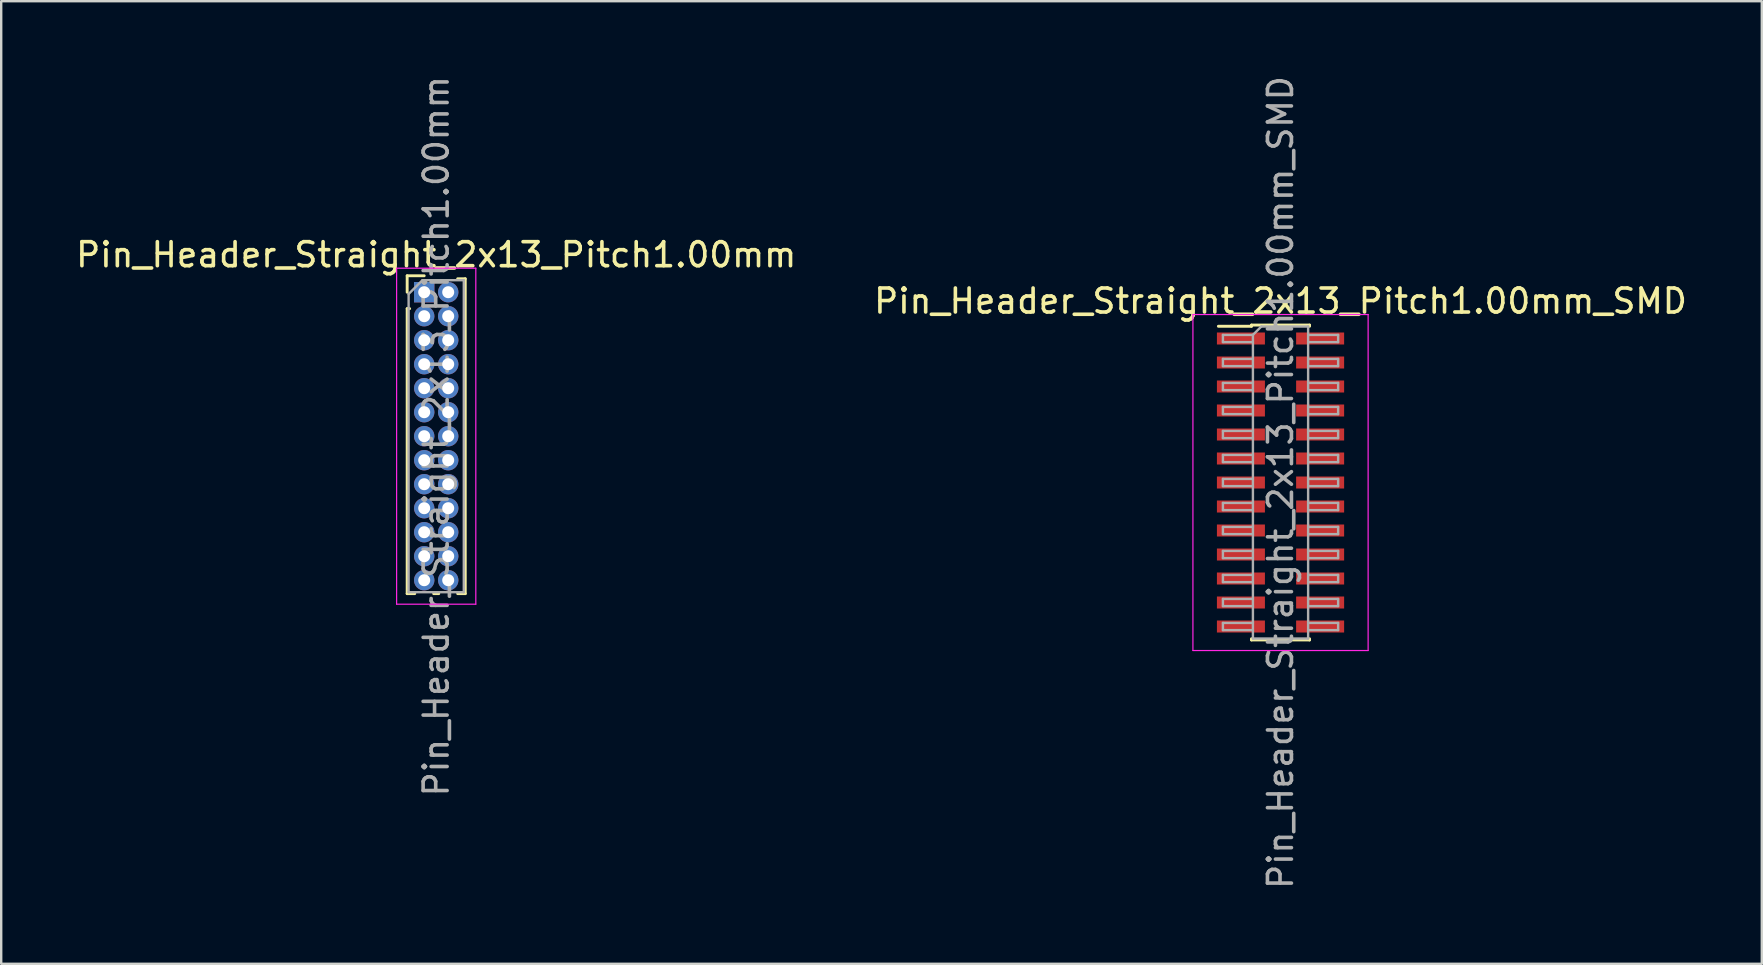
<source format=kicad_pcb>
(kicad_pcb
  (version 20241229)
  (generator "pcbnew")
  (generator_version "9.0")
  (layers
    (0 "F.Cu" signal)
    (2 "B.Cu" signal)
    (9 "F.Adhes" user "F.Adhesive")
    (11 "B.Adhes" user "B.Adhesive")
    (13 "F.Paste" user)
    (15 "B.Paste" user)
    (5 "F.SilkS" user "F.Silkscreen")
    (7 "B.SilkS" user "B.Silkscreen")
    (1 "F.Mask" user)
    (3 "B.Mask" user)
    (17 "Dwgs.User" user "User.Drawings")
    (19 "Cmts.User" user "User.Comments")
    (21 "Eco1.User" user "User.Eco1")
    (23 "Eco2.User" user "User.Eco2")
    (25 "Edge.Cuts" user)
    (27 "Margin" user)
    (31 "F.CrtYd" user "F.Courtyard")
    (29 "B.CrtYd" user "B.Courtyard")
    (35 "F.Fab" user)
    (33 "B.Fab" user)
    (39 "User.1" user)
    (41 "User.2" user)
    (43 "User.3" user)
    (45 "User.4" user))
  (footprint "Pin_Header_Straight_2x13_Pitch1.00mm"
    (layer "F.Cu")
    (at 14.625 9.125)
    (property "Reference" "Pin_Header_Straight_2x13_Pitch1.00mm" (at 0.5 -1.56 0) (layer "F.SilkS") (effects (font (size 1 1) (thickness 0.15))))
    (attr through_hole)
    (fp_line (start -0.71 -0.685) (end 0 -0.685) (stroke (width 0.12) (type solid)) (layer "F.SilkS"))
    (fp_line (start -0.71 0) (end -0.71 -0.685) (stroke (width 0.12) (type solid)) (layer "F.SilkS"))
    (fp_line (start -0.71 0.685) (end -0.71 12.56) (stroke (width 0.12) (type solid)) (layer "F.SilkS"))
    (fp_line (start -0.71 0.685) (end -0.608 0.685) (stroke (width 0.12) (type solid)) (layer "F.SilkS"))
    (fp_line (start -0.71 12.56) (end -0.394 12.56) (stroke (width 0.12) (type solid)) (layer "F.SilkS"))
    (fp_line (start 0.394 12.56) (end 0.606 12.56) (stroke (width 0.12) (type solid)) (layer "F.SilkS"))
    (fp_line (start 1.394 -0.56) (end 1.71 -0.56) (stroke (width 0.12) (type solid)) (layer "F.SilkS"))
    (fp_line (start 1.394 12.56) (end 1.71 12.56) (stroke (width 0.12) (type solid)) (layer "F.SilkS"))
    (fp_line (start 1.71 -0.56) (end 1.71 12.56) (stroke (width 0.12) (type solid)) (layer "F.SilkS"))
    (fp_line (start -1.15 -1) (end -1.15 13) (stroke (width 0.05) (type solid)) (layer "F.CrtYd"))
    (fp_line (start -1.15 13) (end 2.15 13) (stroke (width 0.05) (type solid)) (layer "F.CrtYd"))
    (fp_line (start 2.15 -1) (end -1.15 -1) (stroke (width 0.05) (type solid)) (layer "F.CrtYd"))
    (fp_line (start 2.15 13) (end 2.15 -1) (stroke (width 0.05) (type solid)) (layer "F.CrtYd"))
    (fp_line (start -0.65 0.075) (end -0.075 -0.5) (stroke (width 0.1) (type solid)) (layer "F.Fab"))
    (fp_line (start -0.65 12.5) (end -0.65 0.075) (stroke (width 0.1) (type solid)) (layer "F.Fab"))
    (fp_line (start -0.075 -0.5) (end 1.65 -0.5) (stroke (width 0.1) (type solid)) (layer "F.Fab"))
    (fp_line (start 1.65 -0.5) (end 1.65 12.5) (stroke (width 0.1) (type solid)) (layer "F.Fab"))
    (fp_line (start 1.65 12.5) (end -0.65 12.5) (stroke (width 0.1) (type solid)) (layer "F.Fab"))
    (fp_text user "${REFERENCE}" (at 0.5 6 90) (layer "F.Fab") (effects (font (size 1 1) (thickness 0.15))))
    (pad "1" thru_hole rect (at 0 0) (size 0.85 0.85) (drill 0.5) (layers "*.Cu" "*.Mask"))
    (pad "2" thru_hole oval (at 1 0) (size 0.85 0.85) (drill 0.5) (layers "*.Cu" "*.Mask"))
    (pad "3" thru_hole oval (at 0 1) (size 0.85 0.85) (drill 0.5) (layers "*.Cu" "*.Mask"))
    (pad "4" thru_hole oval (at 1 1) (size 0.85 0.85) (drill 0.5) (layers "*.Cu" "*.Mask"))
    (pad "5" thru_hole oval (at 0 2) (size 0.85 0.85) (drill 0.5) (layers "*.Cu" "*.Mask"))
    (pad "6" thru_hole oval (at 1 2) (size 0.85 0.85) (drill 0.5) (layers "*.Cu" "*.Mask"))
    (pad "7" thru_hole oval (at 0 3) (size 0.85 0.85) (drill 0.5) (layers "*.Cu" "*.Mask"))
    (pad "8" thru_hole oval (at 1 3) (size 0.85 0.85) (drill 0.5) (layers "*.Cu" "*.Mask"))
    (pad "9" thru_hole oval (at 0 4) (size 0.85 0.85) (drill 0.5) (layers "*.Cu" "*.Mask"))
    (pad "10" thru_hole oval (at 1 4) (size 0.85 0.85) (drill 0.5) (layers "*.Cu" "*.Mask"))
    (pad "11" thru_hole oval (at 0 5) (size 0.85 0.85) (drill 0.5) (layers "*.Cu" "*.Mask"))
    (pad "12" thru_hole oval (at 1 5) (size 0.85 0.85) (drill 0.5) (layers "*.Cu" "*.Mask"))
    (pad "13" thru_hole oval (at 0 6) (size 0.85 0.85) (drill 0.5) (layers "*.Cu" "*.Mask"))
    (pad "14" thru_hole oval (at 1 6) (size 0.85 0.85) (drill 0.5) (layers "*.Cu" "*.Mask"))
    (pad "15" thru_hole oval (at 0 7) (size 0.85 0.85) (drill 0.5) (layers "*.Cu" "*.Mask"))
    (pad "16" thru_hole oval (at 1 7) (size 0.85 0.85) (drill 0.5) (layers "*.Cu" "*.Mask"))
    (pad "17" thru_hole oval (at 0 8) (size 0.85 0.85) (drill 0.5) (layers "*.Cu" "*.Mask"))
    (pad "18" thru_hole oval (at 1 8) (size 0.85 0.85) (drill 0.5) (layers "*.Cu" "*.Mask"))
    (pad "19" thru_hole oval (at 0 9) (size 0.85 0.85) (drill 0.5) (layers "*.Cu" "*.Mask"))
    (pad "20" thru_hole oval (at 1 9) (size 0.85 0.85) (drill 0.5) (layers "*.Cu" "*.Mask"))
    (pad "21" thru_hole oval (at 0 10) (size 0.85 0.85) (drill 0.5) (layers "*.Cu" "*.Mask"))
    (pad "22" thru_hole oval (at 1 10) (size 0.85 0.85) (drill 0.5) (layers "*.Cu" "*.Mask"))
    (pad "23" thru_hole oval (at 0 11) (size 0.85 0.85) (drill 0.5) (layers "*.Cu" "*.Mask"))
    (pad "24" thru_hole oval (at 1 11) (size 0.85 0.85) (drill 0.5) (layers "*.Cu" "*.Mask"))
    (pad "25" thru_hole oval (at 0 12) (size 0.85 0.85) (drill 0.5) (layers "*.Cu" "*.Mask"))
    (pad "26" thru_hole oval (at 1 12) (size 0.85 0.85) (drill 0.5) (layers "*.Cu" "*.Mask")))
  (footprint "Pin_Header_Straight_2x13_Pitch1.00mm_SMD"
    (layer "F.Cu")
    (at 50.304 17.054)
    (property "Reference" "Pin_Header_Straight_2x13_Pitch1.00mm_SMD" (at 0 -7.56 0) (layer "F.SilkS") (effects (font (size 1 1) (thickness 0.15))))
    (attr smd)
    (fp_line (start -2.59 -6.51) (end -1.21 -6.51) (stroke (width 0.12) (type solid)) (layer "F.SilkS"))
    (fp_line (start -1.21 -6.56) (end -1.21 -6.51) (stroke (width 0.12) (type solid)) (layer "F.SilkS"))
    (fp_line (start -1.21 -6.56) (end 1.21 -6.56) (stroke (width 0.12) (type solid)) (layer "F.SilkS"))
    (fp_line (start -1.21 6.51) (end -1.21 6.56) (stroke (width 0.12) (type solid)) (layer "F.SilkS"))
    (fp_line (start -1.21 6.56) (end 1.21 6.56) (stroke (width 0.12) (type solid)) (layer "F.SilkS"))
    (fp_line (start 1.21 -6.56) (end 1.21 -6.51) (stroke (width 0.12) (type solid)) (layer "F.SilkS"))
    (fp_line (start 1.21 6.51) (end 1.21 6.56) (stroke (width 0.12) (type solid)) (layer "F.SilkS"))
    (fp_line (start -3.65 -7) (end -3.65 7) (stroke (width 0.05) (type solid)) (layer "F.CrtYd"))
    (fp_line (start -3.65 7) (end 3.65 7) (stroke (width 0.05) (type solid)) (layer "F.CrtYd"))
    (fp_line (start 3.65 -7) (end -3.65 -7) (stroke (width 0.05) (type solid)) (layer "F.CrtYd"))
    (fp_line (start 3.65 7) (end 3.65 -7) (stroke (width 0.05) (type solid)) (layer "F.CrtYd"))
    (fp_line (start -2.4 -6.15) (end -2.4 -5.85) (stroke (width 0.1) (type solid)) (layer "F.Fab"))
    (fp_line (start -2.4 -5.85) (end -1.15 -5.85) (stroke (width 0.1) (type solid)) (layer "F.Fab"))
    (fp_line (start -2.4 -5.15) (end -2.4 -4.85) (stroke (width 0.1) (type solid)) (layer "F.Fab"))
    (fp_line (start -2.4 -4.85) (end -1.15 -4.85) (stroke (width 0.1) (type solid)) (layer "F.Fab"))
    (fp_line (start -2.4 -4.15) (end -2.4 -3.85) (stroke (width 0.1) (type solid)) (layer "F.Fab"))
    (fp_line (start -2.4 -3.85) (end -1.15 -3.85) (stroke (width 0.1) (type solid)) (layer "F.Fab"))
    (fp_line (start -2.4 -3.15) (end -2.4 -2.85) (stroke (width 0.1) (type solid)) (layer "F.Fab"))
    (fp_line (start -2.4 -2.85) (end -1.15 -2.85) (stroke (width 0.1) (type solid)) (layer "F.Fab"))
    (fp_line (start -2.4 -2.15) (end -2.4 -1.85) (stroke (width 0.1) (type solid)) (layer "F.Fab"))
    (fp_line (start -2.4 -1.85) (end -1.15 -1.85) (stroke (width 0.1) (type solid)) (layer "F.Fab"))
    (fp_line (start -2.4 -1.15) (end -2.4 -0.85) (stroke (width 0.1) (type solid)) (layer "F.Fab"))
    (fp_line (start -2.4 -0.85) (end -1.15 -0.85) (stroke (width 0.1) (type solid)) (layer "F.Fab"))
    (fp_line (start -2.4 -0.15) (end -2.4 0.15) (stroke (width 0.1) (type solid)) (layer "F.Fab"))
    (fp_line (start -2.4 0.15) (end -1.15 0.15) (stroke (width 0.1) (type solid)) (layer "F.Fab"))
    (fp_line (start -2.4 0.85) (end -2.4 1.15) (stroke (width 0.1) (type solid)) (layer "F.Fab"))
    (fp_line (start -2.4 1.15) (end -1.15 1.15) (stroke (width 0.1) (type solid)) (layer "F.Fab"))
    (fp_line (start -2.4 1.85) (end -2.4 2.15) (stroke (width 0.1) (type solid)) (layer "F.Fab"))
    (fp_line (start -2.4 2.15) (end -1.15 2.15) (stroke (width 0.1) (type solid)) (layer "F.Fab"))
    (fp_line (start -2.4 2.85) (end -2.4 3.15) (stroke (width 0.1) (type solid)) (layer "F.Fab"))
    (fp_line (start -2.4 3.15) (end -1.15 3.15) (stroke (width 0.1) (type solid)) (layer "F.Fab"))
    (fp_line (start -2.4 3.85) (end -2.4 4.15) (stroke (width 0.1) (type solid)) (layer "F.Fab"))
    (fp_line (start -2.4 4.15) (end -1.15 4.15) (stroke (width 0.1) (type solid)) (layer "F.Fab"))
    (fp_line (start -2.4 4.85) (end -2.4 5.15) (stroke (width 0.1) (type solid)) (layer "F.Fab"))
    (fp_line (start -2.4 5.15) (end -1.15 5.15) (stroke (width 0.1) (type solid)) (layer "F.Fab"))
    (fp_line (start -2.4 5.85) (end -2.4 6.15) (stroke (width 0.1) (type solid)) (layer "F.Fab"))
    (fp_line (start -2.4 6.15) (end -1.15 6.15) (stroke (width 0.1) (type solid)) (layer "F.Fab"))
    (fp_line (start -1.15 -6.15) (end -2.4 -6.15) (stroke (width 0.1) (type solid)) (layer "F.Fab"))
    (fp_line (start -1.15 -6.15) (end -0.8 -6.5) (stroke (width 0.1) (type solid)) (layer "F.Fab"))
    (fp_line (start -1.15 -5.15) (end -2.4 -5.15) (stroke (width 0.1) (type solid)) (layer "F.Fab"))
    (fp_line (start -1.15 -4.15) (end -2.4 -4.15) (stroke (width 0.1) (type solid)) (layer "F.Fab"))
    (fp_line (start -1.15 -3.15) (end -2.4 -3.15) (stroke (width 0.1) (type solid)) (layer "F.Fab"))
    (fp_line (start -1.15 -2.15) (end -2.4 -2.15) (stroke (width 0.1) (type solid)) (layer "F.Fab"))
    (fp_line (start -1.15 -1.15) (end -2.4 -1.15) (stroke (width 0.1) (type solid)) (layer "F.Fab"))
    (fp_line (start -1.15 -0.15) (end -2.4 -0.15) (stroke (width 0.1) (type solid)) (layer "F.Fab"))
    (fp_line (start -1.15 0.85) (end -2.4 0.85) (stroke (width 0.1) (type solid)) (layer "F.Fab"))
    (fp_line (start -1.15 1.85) (end -2.4 1.85) (stroke (width 0.1) (type solid)) (layer "F.Fab"))
    (fp_line (start -1.15 2.85) (end -2.4 2.85) (stroke (width 0.1) (type solid)) (layer "F.Fab"))
    (fp_line (start -1.15 3.85) (end -2.4 3.85) (stroke (width 0.1) (type solid)) (layer "F.Fab"))
    (fp_line (start -1.15 4.85) (end -2.4 4.85) (stroke (width 0.1) (type solid)) (layer "F.Fab"))
    (fp_line (start -1.15 5.85) (end -2.4 5.85) (stroke (width 0.1) (type solid)) (layer "F.Fab"))
    (fp_line (start -1.15 6.5) (end -1.15 -6.15) (stroke (width 0.1) (type solid)) (layer "F.Fab"))
    (fp_line (start -0.8 -6.5) (end 1.15 -6.5) (stroke (width 0.1) (type solid)) (layer "F.Fab"))
    (fp_line (start 1.15 -6.5) (end 1.15 6.5) (stroke (width 0.1) (type solid)) (layer "F.Fab"))
    (fp_line (start 1.15 -6.15) (end 2.4 -6.15) (stroke (width 0.1) (type solid)) (layer "F.Fab"))
    (fp_line (start 1.15 -5.15) (end 2.4 -5.15) (stroke (width 0.1) (type solid)) (layer "F.Fab"))
    (fp_line (start 1.15 -4.15) (end 2.4 -4.15) (stroke (width 0.1) (type solid)) (layer "F.Fab"))
    (fp_line (start 1.15 -3.15) (end 2.4 -3.15) (stroke (width 0.1) (type solid)) (layer "F.Fab"))
    (fp_line (start 1.15 -2.15) (end 2.4 -2.15) (stroke (width 0.1) (type solid)) (layer "F.Fab"))
    (fp_line (start 1.15 -1.15) (end 2.4 -1.15) (stroke (width 0.1) (type solid)) (layer "F.Fab"))
    (fp_line (start 1.15 -0.15) (end 2.4 -0.15) (stroke (width 0.1) (type solid)) (layer "F.Fab"))
    (fp_line (start 1.15 0.85) (end 2.4 0.85) (stroke (width 0.1) (type solid)) (layer "F.Fab"))
    (fp_line (start 1.15 1.85) (end 2.4 1.85) (stroke (width 0.1) (type solid)) (layer "F.Fab"))
    (fp_line (start 1.15 2.85) (end 2.4 2.85) (stroke (width 0.1) (type solid)) (layer "F.Fab"))
    (fp_line (start 1.15 3.85) (end 2.4 3.85) (stroke (width 0.1) (type solid)) (layer "F.Fab"))
    (fp_line (start 1.15 4.85) (end 2.4 4.85) (stroke (width 0.1) (type solid)) (layer "F.Fab"))
    (fp_line (start 1.15 5.85) (end 2.4 5.85) (stroke (width 0.1) (type solid)) (layer "F.Fab"))
    (fp_line (start 1.15 6.5) (end -1.15 6.5) (stroke (width 0.1) (type solid)) (layer "F.Fab"))
    (fp_line (start 2.4 -6.15) (end 2.4 -5.85) (stroke (width 0.1) (type solid)) (layer "F.Fab"))
    (fp_line (start 2.4 -5.85) (end 1.15 -5.85) (stroke (width 0.1) (type solid)) (layer "F.Fab"))
    (fp_line (start 2.4 -5.15) (end 2.4 -4.85) (stroke (width 0.1) (type solid)) (layer "F.Fab"))
    (fp_line (start 2.4 -4.85) (end 1.15 -4.85) (stroke (width 0.1) (type solid)) (layer "F.Fab"))
    (fp_line (start 2.4 -4.15) (end 2.4 -3.85) (stroke (width 0.1) (type solid)) (layer "F.Fab"))
    (fp_line (start 2.4 -3.85) (end 1.15 -3.85) (stroke (width 0.1) (type solid)) (layer "F.Fab"))
    (fp_line (start 2.4 -3.15) (end 2.4 -2.85) (stroke (width 0.1) (type solid)) (layer "F.Fab"))
    (fp_line (start 2.4 -2.85) (end 1.15 -2.85) (stroke (width 0.1) (type solid)) (layer "F.Fab"))
    (fp_line (start 2.4 -2.15) (end 2.4 -1.85) (stroke (width 0.1) (type solid)) (layer "F.Fab"))
    (fp_line (start 2.4 -1.85) (end 1.15 -1.85) (stroke (width 0.1) (type solid)) (layer "F.Fab"))
    (fp_line (start 2.4 -1.15) (end 2.4 -0.85) (stroke (width 0.1) (type solid)) (layer "F.Fab"))
    (fp_line (start 2.4 -0.85) (end 1.15 -0.85) (stroke (width 0.1) (type solid)) (layer "F.Fab"))
    (fp_line (start 2.4 -0.15) (end 2.4 0.15) (stroke (width 0.1) (type solid)) (layer "F.Fab"))
    (fp_line (start 2.4 0.15) (end 1.15 0.15) (stroke (width 0.1) (type solid)) (layer "F.Fab"))
    (fp_line (start 2.4 0.85) (end 2.4 1.15) (stroke (width 0.1) (type solid)) (layer "F.Fab"))
    (fp_line (start 2.4 1.15) (end 1.15 1.15) (stroke (width 0.1) (type solid)) (layer "F.Fab"))
    (fp_line (start 2.4 1.85) (end 2.4 2.15) (stroke (width 0.1) (type solid)) (layer "F.Fab"))
    (fp_line (start 2.4 2.15) (end 1.15 2.15) (stroke (width 0.1) (type solid)) (layer "F.Fab"))
    (fp_line (start 2.4 2.85) (end 2.4 3.15) (stroke (width 0.1) (type solid)) (layer "F.Fab"))
    (fp_line (start 2.4 3.15) (end 1.15 3.15) (stroke (width 0.1) (type solid)) (layer "F.Fab"))
    (fp_line (start 2.4 3.85) (end 2.4 4.15) (stroke (width 0.1) (type solid)) (layer "F.Fab"))
    (fp_line (start 2.4 4.15) (end 1.15 4.15) (stroke (width 0.1) (type solid)) (layer "F.Fab"))
    (fp_line (start 2.4 4.85) (end 2.4 5.15) (stroke (width 0.1) (type solid)) (layer "F.Fab"))
    (fp_line (start 2.4 5.15) (end 1.15 5.15) (stroke (width 0.1) (type solid)) (layer "F.Fab"))
    (fp_line (start 2.4 5.85) (end 2.4 6.15) (stroke (width 0.1) (type solid)) (layer "F.Fab"))
    (fp_line (start 2.4 6.15) (end 1.15 6.15) (stroke (width 0.1) (type solid)) (layer "F.Fab"))
    (fp_text user "${REFERENCE}" (at 0 0 90) (layer "F.Fab") (effects (font (size 1 1) (thickness 0.15))))
    (pad "1" smd rect (at -1.65 -6) (size 2 0.5) (layers "F.Cu" "F.Mask" "F.Paste"))
    (pad "2" smd rect (at 1.65 -6) (size 2 0.5) (layers "F.Cu" "F.Mask" "F.Paste"))
    (pad "3" smd rect (at -1.65 -5) (size 2 0.5) (layers "F.Cu" "F.Mask" "F.Paste"))
    (pad "4" smd rect (at 1.65 -5) (size 2 0.5) (layers "F.Cu" "F.Mask" "F.Paste"))
    (pad "5" smd rect (at -1.65 -4) (size 2 0.5) (layers "F.Cu" "F.Mask" "F.Paste"))
    (pad "6" smd rect (at 1.65 -4) (size 2 0.5) (layers "F.Cu" "F.Mask" "F.Paste"))
    (pad "7" smd rect (at -1.65 -3) (size 2 0.5) (layers "F.Cu" "F.Mask" "F.Paste"))
    (pad "8" smd rect (at 1.65 -3) (size 2 0.5) (layers "F.Cu" "F.Mask" "F.Paste"))
    (pad "9" smd rect (at -1.65 -2) (size 2 0.5) (layers "F.Cu" "F.Mask" "F.Paste"))
    (pad "10" smd rect (at 1.65 -2) (size 2 0.5) (layers "F.Cu" "F.Mask" "F.Paste"))
    (pad "11" smd rect (at -1.65 -1) (size 2 0.5) (layers "F.Cu" "F.Mask" "F.Paste"))
    (pad "12" smd rect (at 1.65 -1) (size 2 0.5) (layers "F.Cu" "F.Mask" "F.Paste"))
    (pad "13" smd rect (at -1.65 0) (size 2 0.5) (layers "F.Cu" "F.Mask" "F.Paste"))
    (pad "14" smd rect (at 1.65 0) (size 2 0.5) (layers "F.Cu" "F.Mask" "F.Paste"))
    (pad "15" smd rect (at -1.65 1) (size 2 0.5) (layers "F.Cu" "F.Mask" "F.Paste"))
    (pad "16" smd rect (at 1.65 1) (size 2 0.5) (layers "F.Cu" "F.Mask" "F.Paste"))
    (pad "17" smd rect (at -1.65 2) (size 2 0.5) (layers "F.Cu" "F.Mask" "F.Paste"))
    (pad "18" smd rect (at 1.65 2) (size 2 0.5) (layers "F.Cu" "F.Mask" "F.Paste"))
    (pad "19" smd rect (at -1.65 3) (size 2 0.5) (layers "F.Cu" "F.Mask" "F.Paste"))
    (pad "20" smd rect (at 1.65 3) (size 2 0.5) (layers "F.Cu" "F.Mask" "F.Paste"))
    (pad "21" smd rect (at -1.65 4) (size 2 0.5) (layers "F.Cu" "F.Mask" "F.Paste"))
    (pad "22" smd rect (at 1.65 4) (size 2 0.5) (layers "F.Cu" "F.Mask" "F.Paste"))
    (pad "23" smd rect (at -1.65 5) (size 2 0.5) (layers "F.Cu" "F.Mask" "F.Paste"))
    (pad "24" smd rect (at 1.65 5) (size 2 0.5) (layers "F.Cu" "F.Mask" "F.Paste"))
    (pad "25" smd rect (at -1.65 6) (size 2 0.5) (layers "F.Cu" "F.Mask" "F.Paste"))
    (pad "26" smd rect (at 1.65 6) (size 2 0.5) (layers "F.Cu" "F.Mask" "F.Paste")))
  (gr_rect
    (start -3 -3)
    (end 70.357 37.107)
    (stroke (width 0.1) (type default))
    (fill no)
    (layer "Edge.Cuts")))
</source>
